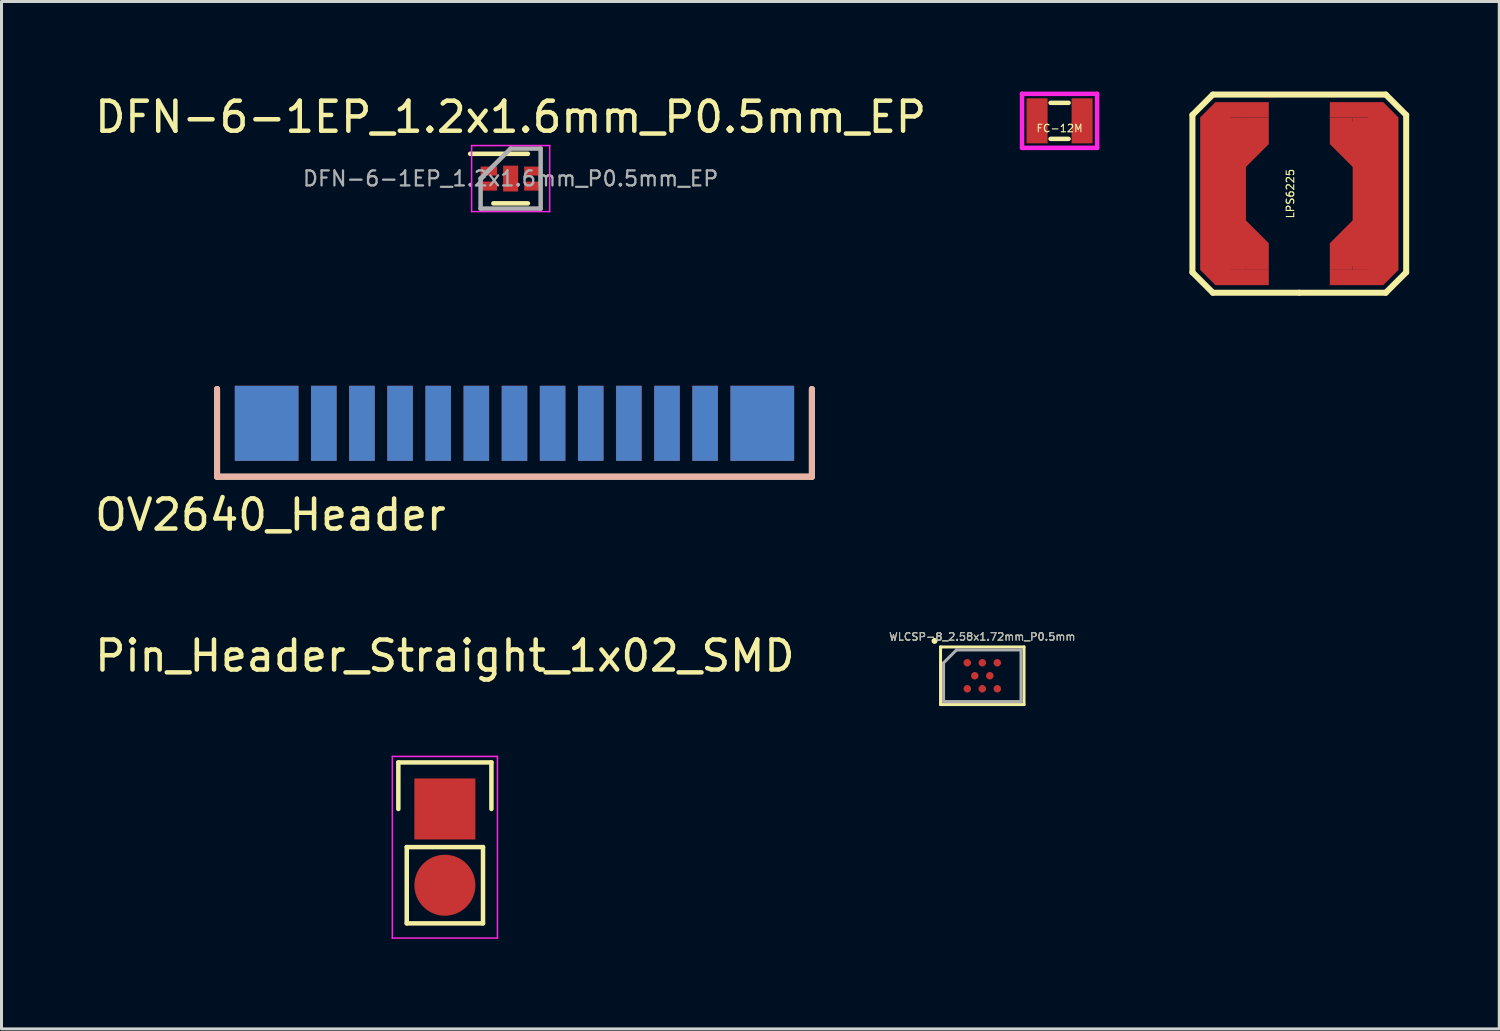
<source format=kicad_pcb>
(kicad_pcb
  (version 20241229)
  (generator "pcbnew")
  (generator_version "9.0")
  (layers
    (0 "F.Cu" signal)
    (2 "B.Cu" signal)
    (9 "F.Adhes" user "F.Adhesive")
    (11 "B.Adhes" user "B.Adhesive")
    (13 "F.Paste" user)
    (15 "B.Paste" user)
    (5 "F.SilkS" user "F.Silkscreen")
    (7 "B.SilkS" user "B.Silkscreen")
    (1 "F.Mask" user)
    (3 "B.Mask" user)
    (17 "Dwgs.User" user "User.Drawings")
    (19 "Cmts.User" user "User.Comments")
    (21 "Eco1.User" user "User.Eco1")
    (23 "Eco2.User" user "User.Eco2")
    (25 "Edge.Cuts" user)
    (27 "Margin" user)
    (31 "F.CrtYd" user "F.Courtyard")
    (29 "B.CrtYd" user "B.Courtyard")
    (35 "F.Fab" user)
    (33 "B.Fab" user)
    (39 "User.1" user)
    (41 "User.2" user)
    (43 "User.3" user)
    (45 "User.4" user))
  (footprint "LPS6225"
    (layer "F.Cu")
    (at 40.227 3.4)
    (property "Reference" "LPS6225" (at -0.3 0 90) (layer "F.SilkS") (effects (font (size 0.25 0.25) (thickness 0.037))))
    (attr through_hole)
    (fp_line (start -3.56 -2.62) (end -3.56 2.62) (stroke (width 0.2) (type solid)) (layer "F.SilkS"))
    (fp_line (start -3.56 -2.62) (end -2.88 -3.3) (stroke (width 0.2) (type solid)) (layer "F.SilkS"))
    (fp_line (start -3.56 2.62) (end -2.88 3.3) (stroke (width 0.2) (type solid)) (layer "F.SilkS"))
    (fp_line (start -2.88 -3.3) (end 2.88 -3.3) (stroke (width 0.2) (type solid)) (layer "F.SilkS"))
    (fp_line (start 0 3.3) (end -2.88 3.3) (stroke (width 0.2) (type solid)) (layer "F.SilkS"))
    (fp_line (start 0 3.3) (end 2.88 3.3) (stroke (width 0.2) (type solid)) (layer "F.SilkS"))
    (fp_line (start 2.88 -3.3) (end 3.56 -2.62) (stroke (width 0.2) (type solid)) (layer "F.SilkS"))
    (fp_line (start 2.88 3.3) (end 3.56 2.62) (stroke (width 0.2) (type solid)) (layer "F.SilkS"))
    (fp_line (start 3.56 2.62) (end 3.56 -2.62) (stroke (width 0.2) (type solid)) (layer "F.SilkS"))
    (pad "1" smd rect (at -2.794 -2.54 45) (size 0.718 0.718) (layers "F.Cu" "F.Mask" "F.Paste"))
    (pad "1" smd rect (at -2.794 2.54 45) (size 0.718 0.718) (layers "F.Cu" "F.Mask" "F.Paste"))
    (pad "1" smd rect (at -2.54 0) (size 1.524 5.08) (layers "F.Cu" "F.Mask" "F.Paste"))
    (pad "1" smd rect (at -1.905 -2.794) (size 1.778 0.508) (layers "F.Cu" "F.Mask" "F.Paste"))
    (pad "1" smd rect (at -1.905 2.794) (size 1.778 0.508) (layers "F.Cu" "F.Mask" "F.Paste"))
    (pad "1" smd rect (at -1.778 -1.651 45) (size 1.077 1.077) (layers "F.Cu" "F.Mask" "F.Paste"))
    (pad "1" smd rect (at -1.778 1.651 45) (size 1.077 1.077) (layers "F.Cu" "F.Mask" "F.Paste"))
    (pad "1" smd rect (at -1.397 -2.095) (size 0.762 0.889) (layers "F.Cu" "F.Mask" "F.Paste"))
    (pad "1" smd rect (at -1.397 2.095) (size 0.762 0.889) (layers "F.Cu" "F.Mask" "F.Paste"))
    (pad "2" smd rect (at 1.397 -2.095) (size 0.762 0.889) (layers "F.Cu" "F.Mask" "F.Paste"))
    (pad "2" smd rect (at 1.397 2.095) (size 0.762 0.889) (layers "F.Cu" "F.Mask" "F.Paste"))
    (pad "2" smd rect (at 1.778 -1.651 45) (size 1.077 1.077) (layers "F.Cu" "F.Mask" "F.Paste"))
    (pad "2" smd rect (at 1.778 1.651 45) (size 1.077 1.077) (layers "F.Cu" "F.Mask" "F.Paste"))
    (pad "2" smd rect (at 1.905 -2.794) (size 1.778 0.508) (layers "F.Cu" "F.Mask" "F.Paste"))
    (pad "2" smd rect (at 1.905 2.794) (size 1.778 0.508) (layers "F.Cu" "F.Mask" "F.Paste"))
    (pad "2" smd rect (at 2.54 0) (size 1.524 5.08) (layers "F.Cu" "F.Mask" "F.Paste"))
    (pad "2" smd rect (at 2.794 -2.54 45) (size 0.718 0.718) (layers "F.Cu" "F.Mask" "F.Paste"))
    (pad "2" smd rect (at 2.794 2.54 45) (size 0.718 0.718) (layers "F.Cu" "F.Mask" "F.Paste")))
  (footprint "Pin_Header_Straight_1x02_SMD"
    (layer "F.Cu")
    (at 11.768 23.895)
    (property "Reference" "Pin_Header_Straight_1x02_SMD" (at 0 -5.1 0) (layer "F.SilkS") (effects (font (size 1 1) (thickness 0.15))))
    (attr through_hole)
    (fp_line (start -1.55 -1.55) (end 1.55 -1.55) (stroke (width 0.15) (type solid)) (layer "F.SilkS"))
    (fp_line (start -1.55 0) (end -1.55 -1.55) (stroke (width 0.15) (type solid)) (layer "F.SilkS"))
    (fp_line (start -1.27 1.27) (end -1.27 3.81) (stroke (width 0.15) (type solid)) (layer "F.SilkS"))
    (fp_line (start -1.27 3.81) (end 1.27 3.81) (stroke (width 0.15) (type solid)) (layer "F.SilkS"))
    (fp_line (start 1.27 1.27) (end -1.27 1.27) (stroke (width 0.15) (type solid)) (layer "F.SilkS"))
    (fp_line (start 1.27 1.27) (end 1.27 3.81) (stroke (width 0.15) (type solid)) (layer "F.SilkS"))
    (fp_line (start 1.55 -1.55) (end 1.55 0) (stroke (width 0.15) (type solid)) (layer "F.SilkS"))
    (fp_line (start -1.75 -1.75) (end -1.75 4.3) (stroke (width 0.05) (type solid)) (layer "F.CrtYd"))
    (fp_line (start -1.75 -1.75) (end 1.75 -1.75) (stroke (width 0.05) (type solid)) (layer "F.CrtYd"))
    (fp_line (start -1.75 4.3) (end 1.75 4.3) (stroke (width 0.05) (type solid)) (layer "F.CrtYd"))
    (fp_line (start 1.75 -1.75) (end 1.75 4.3) (stroke (width 0.05) (type solid)) (layer "F.CrtYd"))
    (pad "1" smd rect (at 0 0) (size 2.032 2.032) (layers "F.Cu" "F.Mask" "F.Paste"))
    (pad "2" smd oval (at 0 2.54) (size 2.032 2.032) (layers "F.Cu" "F.Mask" "F.Paste")))
  (footprint "FC-12M"
    (layer "F.Cu")
    (at 32.242 0.975)
    (property "Reference" "FC-12M" (at 0 0.25 0) (layer "F.SilkS") (effects (font (size 0.25 0.25) (thickness 0.037))))
    (attr through_hole)
    (fp_line (start -0.3 -0.6) (end 0.3 -0.6) (stroke (width 0.15) (type solid)) (layer "F.SilkS"))
    (fp_line (start -0.3 0.6) (end 0.3 0.6) (stroke (width 0.15) (type solid)) (layer "F.SilkS"))
    (fp_line (start -1.25 -0.9) (end -1.25 0.9) (stroke (width 0.15) (type solid)) (layer "F.CrtYd"))
    (fp_line (start -1.25 0.9) (end 1.25 0.9) (stroke (width 0.15) (type solid)) (layer "F.CrtYd"))
    (fp_line (start 1.25 -0.9) (end -1.25 -0.9) (stroke (width 0.15) (type solid)) (layer "F.CrtYd"))
    (fp_line (start 1.25 0.9) (end 1.25 -0.9) (stroke (width 0.15) (type solid)) (layer "F.CrtYd"))
    (pad "1" smd rect (at -0.75 0) (size 0.7 1.5) (layers "F.Cu" "F.Mask" "F.Paste"))
    (pad "2" smd rect (at 0.75 0) (size 0.7 1.5) (layers "F.Cu" "F.Mask" "F.Paste")))
  (footprint "DFN-6-1EP_1.2x1.6mm_P0.5mm_EP"
    (layer "F.Cu")
    (at 13.958 2.898)
    (property "Reference" "DFN-6-1EP_1.2x1.6mm_P0.5mm_EP" (at 0 -2.05 0) (layer "F.SilkS") (effects (font (size 1 1) (thickness 0.15))))
    (attr smd)
    (fp_line (start -1.35 -0.825) (end 0.575 -0.825) (stroke (width 0.15) (type solid)) (layer "F.SilkS"))
    (fp_line (start -0.575 0.825) (end 0.575 0.825) (stroke (width 0.15) (type solid)) (layer "F.SilkS"))
    (fp_line (start -1.3 -1.1) (end -1.3 1.1) (stroke (width 0.05) (type solid)) (layer "F.CrtYd"))
    (fp_line (start -1.3 -1.1) (end 1.3 -1.1) (stroke (width 0.05) (type solid)) (layer "F.CrtYd"))
    (fp_line (start -1.3 1.1) (end 1.3 1.1) (stroke (width 0.05) (type solid)) (layer "F.CrtYd"))
    (fp_line (start 1.3 -1.1) (end 1.3 1.1) (stroke (width 0.05) (type solid)) (layer "F.CrtYd"))
    (fp_line (start -1 0) (end 0 -1) (stroke (width 0.15) (type solid)) (layer "F.Fab"))
    (fp_line (start -1 1) (end -1 0) (stroke (width 0.15) (type solid)) (layer "F.Fab"))
    (fp_line (start 0 -1) (end 1 -1) (stroke (width 0.15) (type solid)) (layer "F.Fab"))
    (fp_line (start 1 -1) (end 1 1) (stroke (width 0.15) (type solid)) (layer "F.Fab"))
    (fp_line (start 1 1) (end -1 1) (stroke (width 0.15) (type solid)) (layer "F.Fab"))
    (fp_text user "${REFERENCE}" (at 0 0 0) (layer "F.Fab") (effects (font (size 0.5 0.5) (thickness 0.075))))
    (pad "1" smd rect (at -0.725 -0.25) (size 0.55 0.3) (layers "F.Cu" "F.Mask" "F.Paste"))
    (pad "2" smd rect (at -0.725 0.25) (size 0.55 0.3) (layers "F.Cu" "F.Mask" "F.Paste"))
    (pad "3" smd rect (at 0.725 0.25) (size 0.55 0.3) (layers "F.Cu" "F.Mask" "F.Paste"))
    (pad "4" smd rect (at 0.725 -0.25) (size 0.55 0.3) (layers "F.Cu" "F.Mask" "F.Paste"))
    (pad "5" smd rect (at 0 0) (size 0.5 0.86) (layers "F.Cu" "F.Mask")))
  (footprint "OV2640_Header"
    (layer "F.Cu")
    (at 14.086 11.05)
    (property "Reference" "OV2640_Header" (at -8.128 3.048 0) (layer "F.SilkS") (effects (font (size 1 1) (thickness 0.15))))
    (attr through_hole)
    (fp_line (start -9.906 1.778) (end -9.906 -1.143) (stroke (width 0.2) (type solid)) (layer "F.SilkS"))
    (fp_line (start -9.906 1.778) (end 9.906 1.778) (stroke (width 0.2) (type solid)) (layer "F.SilkS"))
    (fp_line (start 9.906 -1.143) (end 9.906 1.778) (stroke (width 0.2) (type solid)) (layer "F.SilkS"))
    (fp_line (start -9.906 1.778) (end -9.906 -1.143) (stroke (width 0.2) (type solid)) (layer "B.SilkS"))
    (fp_line (start 9.906 1.778) (end -9.906 1.778) (stroke (width 0.2) (type solid)) (layer "B.SilkS"))
    (fp_line (start 9.906 1.778) (end 9.906 -1.143) (stroke (width 0.2) (type solid)) (layer "B.SilkS"))
    (pad "1" smd rect (at -8.255 0) (size 2.12 2.5) (layers "F.Cu" "F.Mask" "F.Paste"))
    (pad "2" smd rect (at -8.255 0) (size 2.12 2.5) (layers "B.Cu" "B.Mask" "B.Paste"))
    (pad "3" smd rect (at -6.35 0) (size 0.85 2.5) (layers "F.Cu" "F.Mask" "F.Paste"))
    (pad "4" smd rect (at -6.35 0) (size 0.85 2.5) (layers "B.Cu" "B.Mask" "B.Paste"))
    (pad "5" smd rect (at -5.08 0) (size 0.85 2.5) (layers "F.Cu" "F.Mask" "F.Paste"))
    (pad "6" smd rect (at -5.08 0) (size 0.85 2.5) (layers "B.Cu" "B.Mask" "B.Paste"))
    (pad "7" smd rect (at -3.81 0) (size 0.85 2.5) (layers "F.Cu" "F.Mask" "F.Paste"))
    (pad "8" smd rect (at -3.81 0) (size 0.85 2.5) (layers "B.Cu" "B.Mask" "B.Paste"))
    (pad "9" smd rect (at -2.54 0) (size 0.85 2.5) (layers "F.Cu" "F.Mask" "F.Paste"))
    (pad "10" smd rect (at -2.54 0) (size 0.85 2.5) (layers "B.Cu" "B.Mask" "B.Paste"))
    (pad "11" smd rect (at -1.27 0) (size 0.85 2.5) (layers "F.Cu" "F.Mask" "F.Paste"))
    (pad "12" smd rect (at -1.27 0) (size 0.85 2.5) (layers "B.Cu" "B.Mask" "B.Paste"))
    (pad "13" smd rect (at 0 0) (size 0.85 2.5) (layers "F.Cu" "F.Mask" "F.Paste"))
    (pad "14" smd rect (at 0 0) (size 0.85 2.5) (layers "B.Cu" "B.Mask" "B.Paste"))
    (pad "15" smd rect (at 1.27 0) (size 0.85 2.5) (layers "F.Cu" "F.Mask" "F.Paste"))
    (pad "16" smd rect (at 1.27 0) (size 0.85 2.5) (layers "B.Cu" "B.Mask" "B.Paste"))
    (pad "17" smd rect (at 2.54 0) (size 0.85 2.5) (layers "F.Cu" "F.Mask" "F.Paste"))
    (pad "18" smd rect (at 2.54 0) (size 0.85 2.5) (layers "B.Cu" "B.Mask" "B.Paste"))
    (pad "19" smd rect (at 3.81 0) (size 0.85 2.5) (layers "F.Cu" "F.Mask" "F.Paste"))
    (pad "20" smd rect (at 3.81 0) (size 0.85 2.5) (layers "B.Cu" "B.Mask" "B.Paste"))
    (pad "21" smd rect (at 5.08 0) (size 0.85 2.5) (layers "F.Cu" "F.Mask" "F.Paste"))
    (pad "22" smd rect (at 5.08 0) (size 0.85 2.5) (layers "B.Cu" "B.Mask" "B.Paste"))
    (pad "23" smd rect (at 6.35 0) (size 0.85 2.5) (layers "F.Cu" "F.Mask" "F.Paste"))
    (pad "24" smd rect (at 6.35 0) (size 0.85 2.5) (layers "B.Cu" "B.Mask" "B.Paste"))
    (pad "25" smd rect (at 8.255 0) (size 2.12 2.5) (layers "F.Cu" "F.Mask" "F.Paste"))
    (pad "26" smd rect (at 8.255 0) (size 2.12 2.5) (layers "B.Cu" "B.Mask" "B.Paste")))
  (footprint "WLCSP-8_2.58x1.72mm_P0.5mm"
    (layer "F.Cu")
    (at 29.668 19.458)
    (property "Reference" "WLCSP-8_2.58x1.72mm_P0.5mm" (at 0 -1.3 0) (layer "F.SilkS") (effects (font (size 0.25 0.25) (thickness 0.037))))
    (attr smd)
    (fp_line (start -1.39 -0.96) (end -1.39 0.96) (stroke (width 0.1) (type solid)) (layer "F.SilkS"))
    (fp_line (start -1.39 -0.96) (end 1.39 -0.96) (stroke (width 0.1) (type solid)) (layer "F.SilkS"))
    (fp_line (start -1.39 0.96) (end 1.39 0.96) (stroke (width 0.1) (type solid)) (layer "F.SilkS"))
    (fp_line (start 1.39 0.96) (end 1.39 -0.96) (stroke (width 0.1) (type solid)) (layer "F.SilkS"))
    (fp_circle (center -1.59 -1.16) (end -1.54 -1.16) (stroke (width 0.1) (type solid)) (fill no) (layer "F.SilkS"))
    (fp_line (start -1.29 -0.43) (end -0.86 -0.86) (stroke (width 0.1) (type solid)) (layer "F.Fab"))
    (fp_line (start -1.29 0.86) (end -1.29 -0.43) (stroke (width 0.1) (type solid)) (layer "F.Fab"))
    (fp_line (start -0.86 -0.86) (end 1.29 -0.86) (stroke (width 0.1) (type solid)) (layer "F.Fab"))
    (fp_line (start 1.29 0.86) (end -1.29 0.86) (stroke (width 0.1) (type solid)) (layer "F.Fab"))
    (fp_line (start 1.29 0.86) (end 1.29 -0.86) (stroke (width 0.1) (type solid)) (layer "F.Fab"))
    (fp_text user "${REFERENCE}" (at 0 -1.3 0) (layer "F.Fab") (effects (font (size 0.25 0.25) (thickness 0.037))))
    (pad "A1" smd circle (at -0.5 -0.433) (size 0.25 0.25) (layers "F.Cu" "F.Mask" "F.Paste"))
    (pad "A3" smd circle (at 0 -0.433) (size 0.25 0.25) (layers "F.Cu" "F.Mask" "F.Paste"))
    (pad "A5" smd circle (at 0.5 -0.433) (size 0.25 0.25) (layers "F.Cu" "F.Mask" "F.Paste"))
    (pad "B2" smd circle (at -0.25 0) (size 0.25 0.25) (layers "F.Cu" "F.Mask" "F.Paste"))
    (pad "B4" smd circle (at 0.25 0) (size 0.25 0.25) (layers "F.Cu" "F.Mask" "F.Paste"))
    (pad "C1" smd circle (at -0.5 0.433) (size 0.25 0.25) (layers "F.Cu" "F.Mask" "F.Paste"))
    (pad "C3" smd circle (at 0 0.433) (size 0.25 0.25) (layers "F.Cu" "F.Mask" "F.Paste"))
    (pad "C5" smd circle (at 0.5 0.433) (size 0.25 0.25) (layers "F.Cu" "F.Mask" "F.Paste")))
  (gr_rect
    (start -3 -3)
    (end 46.887 31.22)
    (stroke (width 0.1) (type default))
    (fill no)
    (layer "Edge.Cuts")))
</source>
